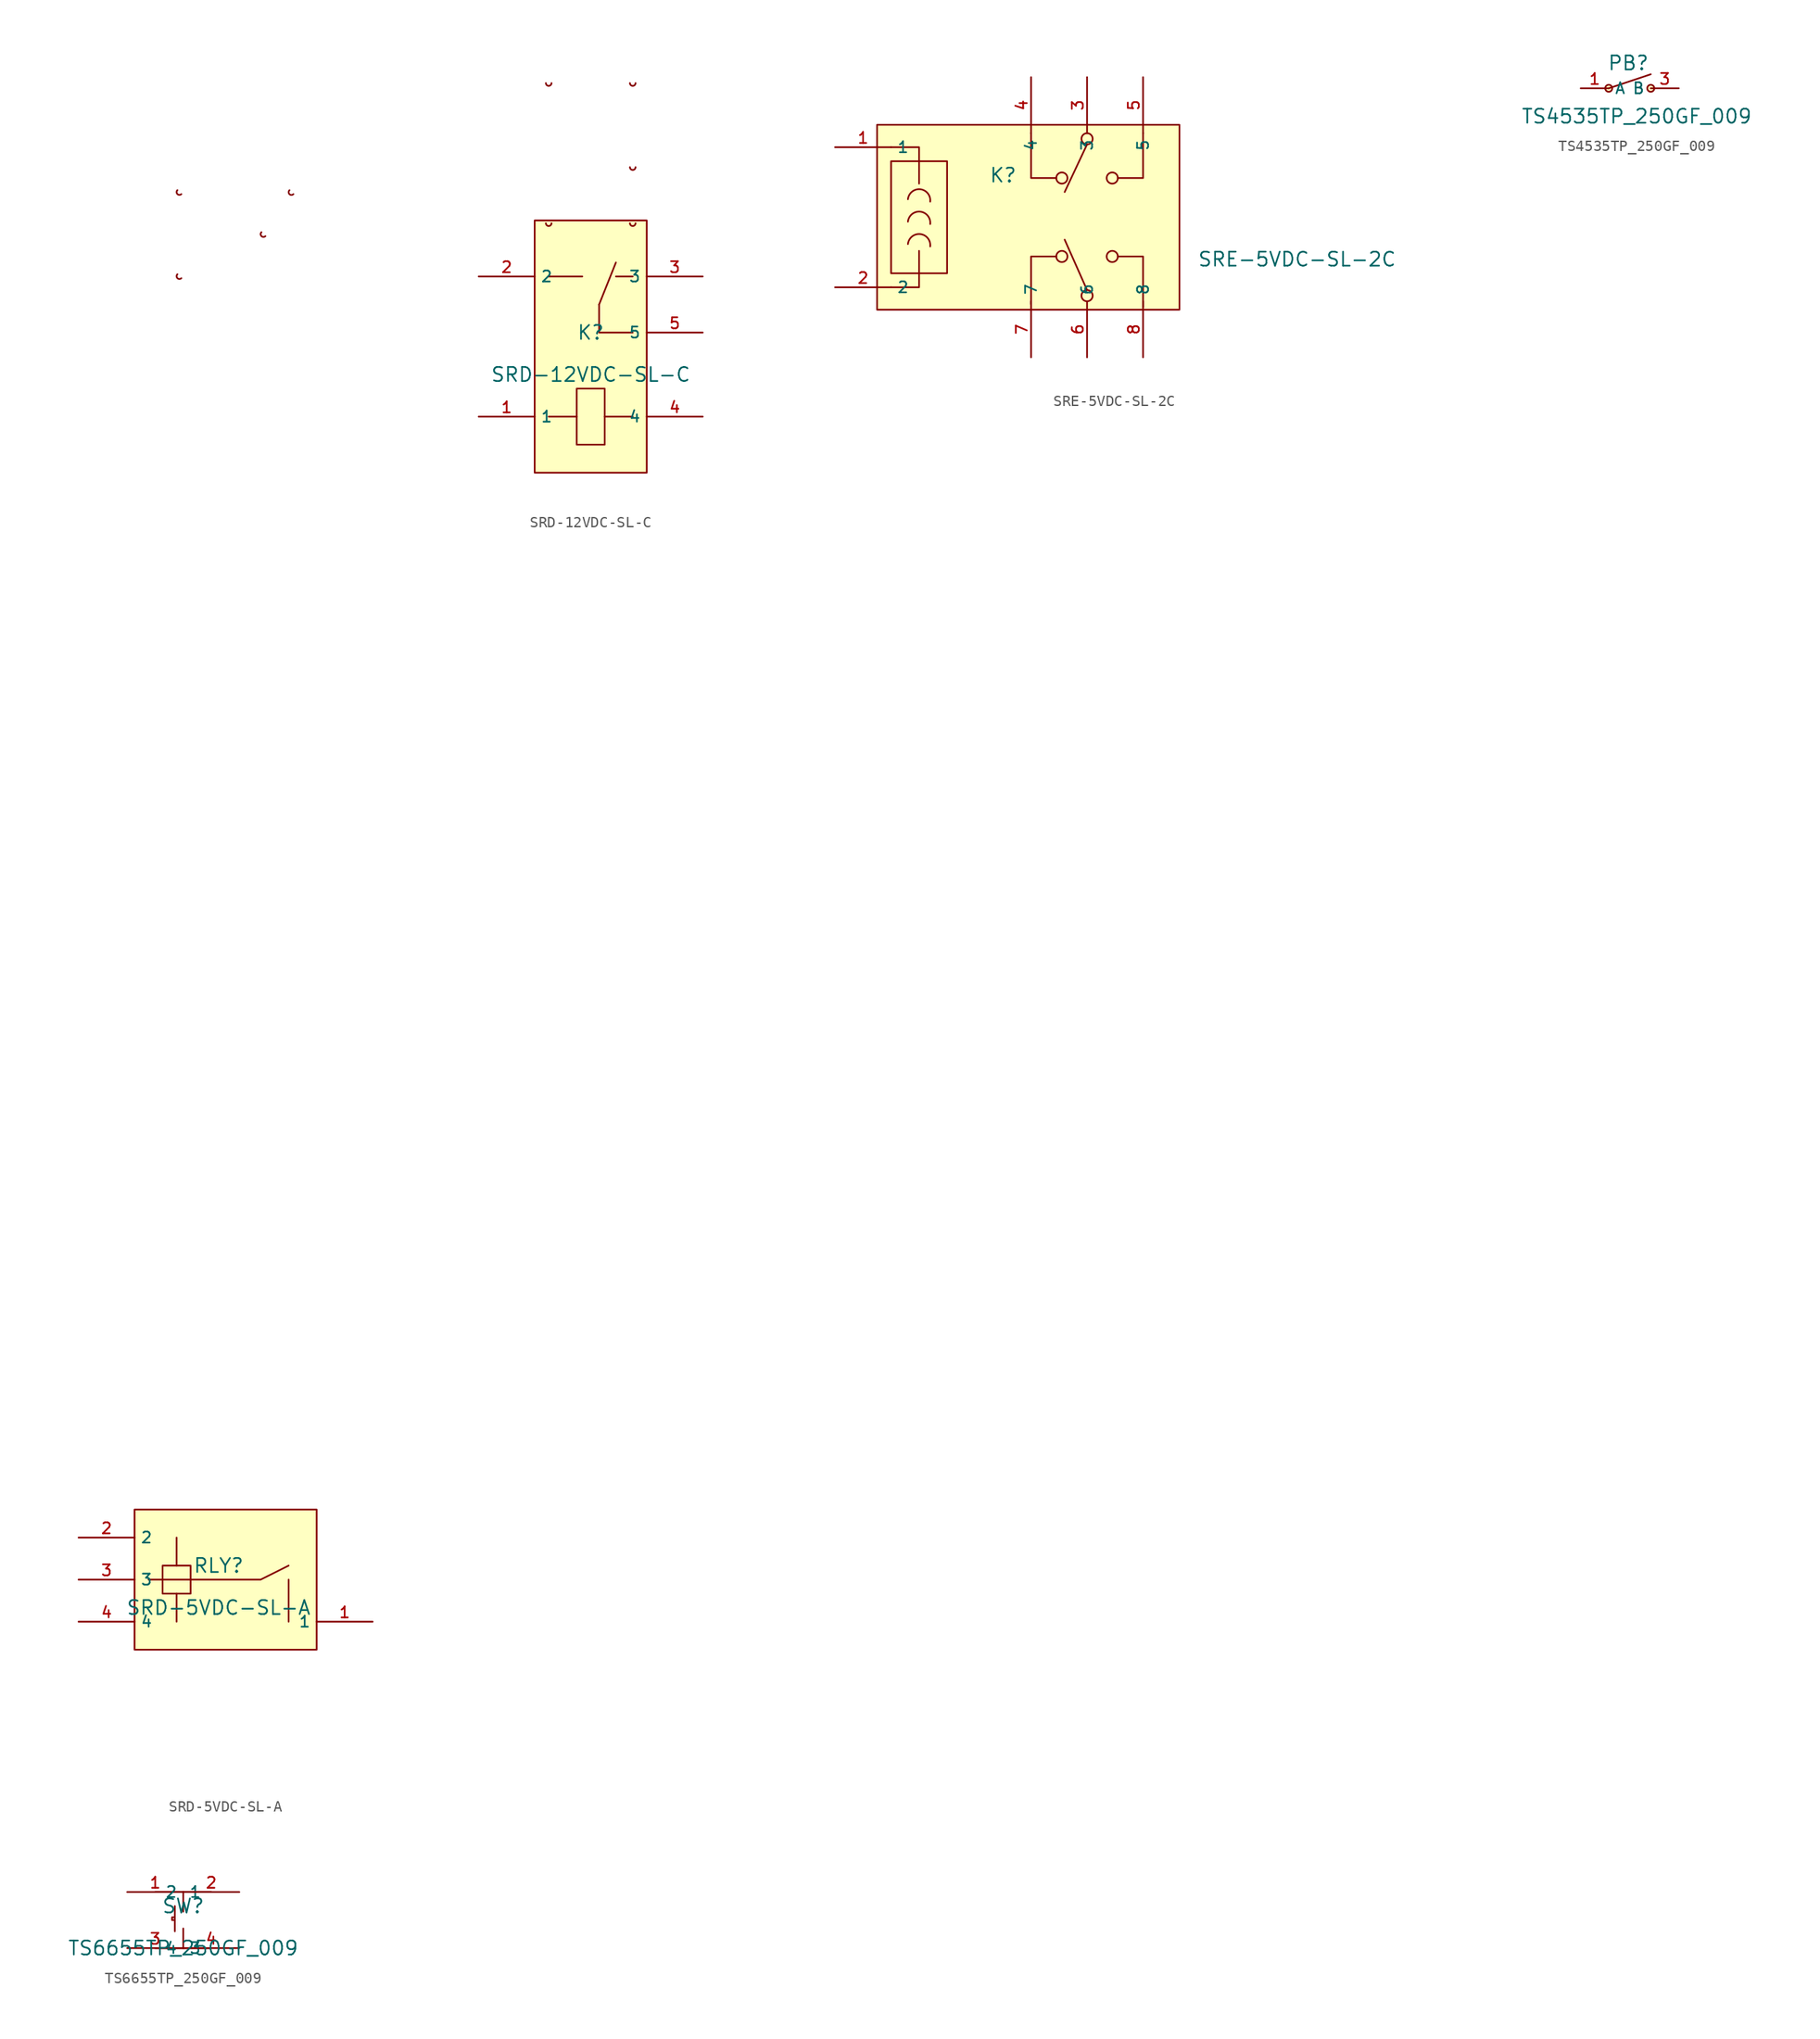
<source format=kicad_sym>
(kicad_symbol_lib
  (version 20231120)
  (generator "kicad_symbol_editor")
  (generator_version "8.0")
  (symbol "SRD-5VDC-SL-A"
    (property "Reference" "RLY"
      (at 0 1.27 0)
      (effects (font (size 1.27 1.27))))
    (property "Value" "SRD-5VDC-SL-A"
      (at 0 -2.54 0)
      (effects (font (size 1.27 1.27))))
    (symbol "SRD-5VDC-SL-A_0_1"
      (rectangle (start -7.62 6.35) (end 8.89 -6.35) (stroke (width 0) (type default)) (fill (type background)))
      (rectangle (start -5.08 1.27) (end -2.54 -1.27) (stroke (width 0) (type default)) (fill (type background)))
      (arc (start -3.7356 118.2901) (mid -3.7356 117.9309) (end -3.3764 117.9309) (stroke (width 0) (type default)) (fill (type none)))
      (arc (start -3.7356 125.9101) (mid -3.7356 125.5509) (end -3.3764 125.5509) (stroke (width 0) (type default)) (fill (type none)))
      (polyline (pts (xy -3.81 -1.27) (xy -3.81 -3.81)) (stroke (width 0) (type default)) (fill (type none)))
      (polyline (pts (xy -3.81 3.81) (xy -3.81 1.27)) (stroke (width 0) (type default)) (fill (type none)))
      (polyline (pts (xy 6.35 0) (xy 6.35 -3.81)) (stroke (width 0) (type default)) (fill (type none)))
      (polyline (pts (xy -6.35 0) (xy 3.81 0) (xy 6.35 1.27)) (stroke (width 0) (type default)) (fill (type none)))
      (arc (start 3.8844 122.0998) (mid 3.8844 121.7406) (end 4.2436 121.7406) (stroke (width 0) (type default)) (fill (type none)))
      (arc (start 6.4244 125.9099) (mid 6.4244 125.5507) (end 6.7836 125.5506) (stroke (width 0) (type default)) (fill (type none)))
      (pin input line (at 13.97 -3.81 180) (length 5.08) (name "1" (effects (font (size 1 1)))) (number "1" (effects (font (size 1 1)))))
      (pin input line (at -12.7 3.81 0) (length 5.08) (name "2" (effects (font (size 1 1)))) (number "2" (effects (font (size 1 1)))))
      (pin input line (at -12.7 0 0) (length 5.08) (name "3" (effects (font (size 1 1)))) (number "3" (effects (font (size 1 1)))))
      (pin input line (at -12.7 -3.81 0) (length 5.08) (name "4" (effects (font (size 1 1)))) (number "4" (effects (font (size 1 1)))))))
  (symbol "SRD-12VDC-SL-C"
    (property "Reference" "K"
      (at 0 1.27 0)
      (effects (font (size 1.27 1.27))))
    (property "Value" "SRD-12VDC-SL-C"
      (at 0 -2.54 0)
      (effects (font (size 1.27 1.27))))
    (symbol "SRD-12VDC-SL-C_0_1"
      (rectangle (start -5.08 11.43) (end 5.08 -11.43) (stroke (width 0) (type default)) (fill (type background)))
      (arc (start -4.0638 11.176) (mid -3.8098 10.922) (end -3.5558 11.176) (stroke (width 0) (type default)) (fill (type none)))
      (arc (start -4.0638 23.876) (mid -3.8098 23.622) (end -3.5558 23.876) (stroke (width 0) (type default)) (fill (type none)))
      (polyline (pts (xy -3.81 -6.35) (xy -1.27 -6.35)) (stroke (width 0) (type default)) (fill (type none)))
      (polyline (pts (xy -3.81 6.35) (xy -0.762 6.35)) (stroke (width 0) (type default)) (fill (type none)))
      (polyline (pts (xy 0.762 3.81) (xy 2.286 7.62)) (stroke (width 0) (type default)) (fill (type none)))
      (polyline (pts (xy 1.27 -6.35) (xy 3.81 -6.35)) (stroke (width 0) (type default)) (fill (type none)))
      (polyline (pts (xy 3.81 6.35) (xy 2.286 6.35)) (stroke (width 0) (type default)) (fill (type none)))
      (polyline (pts (xy 3.81 1.27) (xy 0.762 1.27) (xy 0.762 3.81)) (stroke (width 0) (type default)) (fill (type none)))
      (polyline (pts (xy 1.27 -8.89) (xy -1.27 -8.89) (xy -1.27 -3.81) (xy 1.27 -3.81) (xy 1.27 -8.89)) (stroke (width 0) (type default)) (fill (type none)))
      (arc (start 3.5563 11.176) (mid 3.8103 10.922) (end 4.0643 11.176) (stroke (width 0) (type default)) (fill (type none)))
      (arc (start 3.5563 16.256) (mid 3.8103 16.002) (end 4.0643 16.256) (stroke (width 0) (type default)) (fill (type none)))
      (arc (start 3.5563 23.876) (mid 3.8103 23.622) (end 4.0643 23.876) (stroke (width 0) (type default)) (fill (type none)))
      (pin input line (at -10.16 -6.35 0) (length 5.08) (name "1" (effects (font (size 1 1)))) (number "1" (effects (font (size 1 1)))))
      (pin input line (at -10.16 6.35 0) (length 5.08) (name "2" (effects (font (size 1 1)))) (number "2" (effects (font (size 1 1)))))
      (pin input line (at 10.16 6.35 180) (length 5.08) (name "3" (effects (font (size 1 1)))) (number "3" (effects (font (size 1 1)))))
      (pin input line (at 10.16 -6.35 180) (length 5.08) (name "4" (effects (font (size 1 1)))) (number "4" (effects (font (size 1 1)))))
      (pin input line (at 10.16 1.27 180) (length 5.08) (name "5" (effects (font (size 1 1)))) (number "5" (effects (font (size 1 1)))))))
  (symbol "SRE-5VDC-SL-2C"
    (property "Reference" "K"
      (at 0 1.27 0)
      (effects (font (size 1.27 1.27))))
    (property "Value" "SRE-5VDC-SL-2C"
      (at 26.67 -6.35 0)
      (effects (font (size 1.27 1.27))))
    (symbol "SRE-5VDC-SL-2C_0_1"
      (rectangle (start -11.43 5.842) (end 16.002 -10.922) (stroke (width 0) (type default)) (fill (type background)))
      (rectangle (start -10.16 2.54) (end -5.08 -7.62) (stroke (width 0) (type default)) (fill (type background)))
      (arc (start -6.6098 -5.1879) (mid -7.5122 -4.0698) (end -8.6303 -4.9723) (stroke (width 0) (type default)) (fill (type none)))
      (arc (start -6.6098 -3.1559) (mid -7.5122 -2.0378) (end -8.6303 -2.9403) (stroke (width 0) (type default)) (fill (type none)))
      (arc (start -6.6098 -1.1239) (mid -7.5122 -0.0058) (end -8.6303 -0.9083) (stroke (width 0) (type default)) (fill (type none)))
      (polyline (pts (xy 5.588 -4.572) (xy 7.62 -9.144)) (stroke (width 0) (type default)) (fill (type none)))
      (polyline (pts (xy 5.588 -0.254) (xy 7.62 4.064)) (stroke (width 0) (type default)) (fill (type none)))
      (polyline (pts (xy -7.62 -5.588) (xy -7.62 -8.89) (xy -10.16 -8.89)) (stroke (width 0) (type default)) (fill (type none)))
      (polyline (pts (xy -7.62 0.508) (xy -7.62 3.81) (xy -10.16 3.81)) (stroke (width 0) (type default)) (fill (type none)))
      (polyline (pts (xy 4.826 -6.096) (xy 2.54 -6.096) (xy 2.54 -10.414)) (stroke (width 0) (type default)) (fill (type none)))
      (polyline (pts (xy 4.826 1.016) (xy 2.54 1.016) (xy 2.54 5.08)) (stroke (width 0) (type default)) (fill (type none)))
      (polyline (pts (xy 10.414 -6.096) (xy 12.7 -6.096) (xy 12.7 -10.668)) (stroke (width 0) (type default)) (fill (type none)))
      (polyline (pts (xy 10.414 1.016) (xy 12.7 1.016) (xy 12.7 5.08)) (stroke (width 0) (type default)) (fill (type none)))
      (circle (center 5.334 -6.096) (radius 0.508) (stroke (width 0) (type default)) (fill (type background)))
      (circle (center 5.334 1.016) (radius 0.508) (stroke (width 0) (type default)) (fill (type background)))
      (circle (center 7.62 -9.652) (radius 0.508) (stroke (width 0) (type default)) (fill (type background)))
      (circle (center 7.62 4.572) (radius 0.508) (stroke (width 0) (type default)) (fill (type background)))
      (circle (center 9.906 -6.096) (radius 0.508) (stroke (width 0) (type default)) (fill (type background)))
      (circle (center 9.906 1.016) (radius 0.508) (stroke (width 0) (type default)) (fill (type background)))
      (pin unspecified line (at -15.24 3.81 0) (length 5.08) (name "1" (effects (font (size 1 1)))) (number "1" (effects (font (size 1 1)))))
      (pin unspecified line (at -15.24 -8.89 0) (length 5.08) (name "2" (effects (font (size 1 1)))) (number "2" (effects (font (size 1 1)))))
      (pin unspecified line (at 7.62 10.16 270) (length 5.08) (name "3" (effects (font (size 1 1)))) (number "3" (effects (font (size 1 1)))))
      (pin unspecified line (at 2.54 10.16 270) (length 5.08) (name "4" (effects (font (size 1 1)))) (number "4" (effects (font (size 1 1)))))
      (pin unspecified line (at 12.7 10.16 270) (length 5.08) (name "5" (effects (font (size 1 1)))) (number "5" (effects (font (size 1 1)))))
      (pin unspecified line (at 7.62 -15.24 90) (length 5.08) (name "6" (effects (font (size 1 1)))) (number "6" (effects (font (size 1 1)))))
      (pin unspecified line (at 2.54 -15.24 90) (length 5.08) (name "7" (effects (font (size 1 1)))) (number "7" (effects (font (size 1 1)))))
      (pin unspecified line (at 12.7 -15.24 90) (length 5.08) (name "8" (effects (font (size 1 1)))) (number "8" (effects (font (size 1 1)))))))
  (symbol "TS4535TP_250GF_009"
    (property "Reference" "PB"
      (at -0.762 2.286 0)
      (effects (font (size 1.27 1.27))))
    (property "Value" "TS4535TP_250GF_009"
      (at 0 -2.54 0)
      (effects (font (size 1.27 1.27))))
    (symbol "TS4535TP_250GF_009_0_1"
      (circle (center -2.54 0) (radius 0.318) (stroke (width 0) (type default)) (fill (type background)))
      (polyline (pts (xy 1.27 1.27) (xy -2.54 0)) (stroke (width 0) (type default)) (fill (type none)))
      (circle (center 1.27 0) (radius 0.318) (stroke (width 0) (type default)) (fill (type background)))
      (pin unspecified line (at -5.08 0 0) (length 2.54) (name "A" (effects (font (size 1 1)))) (number "1" (effects (font (size 1 1)))))
      (pin unspecified line (at 3.81 0 180) (length 2.54) (name "B" (effects (font (size 1 1)))) (number "3" (effects (font (size 1 1)))))))
  (symbol "TS6655TP_250GF_009"
    (property "Reference" "SW"
      (at 0 1.27 0)
      (effects (font (size 1.27 1.27))))
    (property "Value" "TS6655TP_250GF_009"
      (at 0 -2.54 0)
      (effects (font (size 1.27 1.27))))
    (symbol "TS6655TP_250GF_009_0_1"
      (pin unspecified line (at 5.08 -2.54 180) (length 5.08) (name "4" (effects (font (size 1 1)))) (number "4" (effects (font (size 1 1)))))
      (pin unspecified line (at -5.08 -2.54 0) (length 5.08) (name "3" (effects (font (size 1 1)))) (number "3" (effects (font (size 1 1)))))
      (pin unspecified line (at 5.08 2.54 180) (length 5.08) (name "2" (effects (font (size 1 1)))) (number "2" (effects (font (size 1 1)))))
      (pin unspecified line (at -5.08 2.54 0) (length 5.08) (name "1" (effects (font (size 1 1)))) (number "1" (effects (font (size 1 1)))))
      (polyline (pts (xy -0.762 0.254) (xy -1.016 0.254) (xy -1.016 -0.0) (xy -0.762 -0.0)) (stroke (width 0) (type default) (color 0 0 0 0)) (fill (type none)))
      (polyline (pts (xy -0.762 1.27) (xy -0.762 -1.016)) (stroke (width 0) (type default) (color 0 0 0 0)) (fill (type none)))
      (polyline (pts (xy 0.0 1.524) (xy 0.0 0.762)) (stroke (width 0) (type default) (color 0 0 0 0)) (fill (type none)))
      (polyline (pts (xy 0.0 -2.54) (xy 0.0 -0.762)) (stroke (width 0) (type default) (color 0 0 0 0)) (fill (type none)))
      (polyline (pts (xy 0.0 2.54) (xy 0.0 1.524)) (stroke (width 0) (type default) (color 0 0 0 0)) (fill (type none)))
      (polyline (pts (xy -2.54 -2.54) (xy 2.54 -2.54)) (stroke (width 0) (type default) (color 0 0 0 0)) (fill (type none)))
      (polyline (pts (xy -2.54 2.54) (xy 2.54 2.54)) (stroke (width 0) (type default) (color 0 0 0 0)) (fill (type none))))))
</source>
